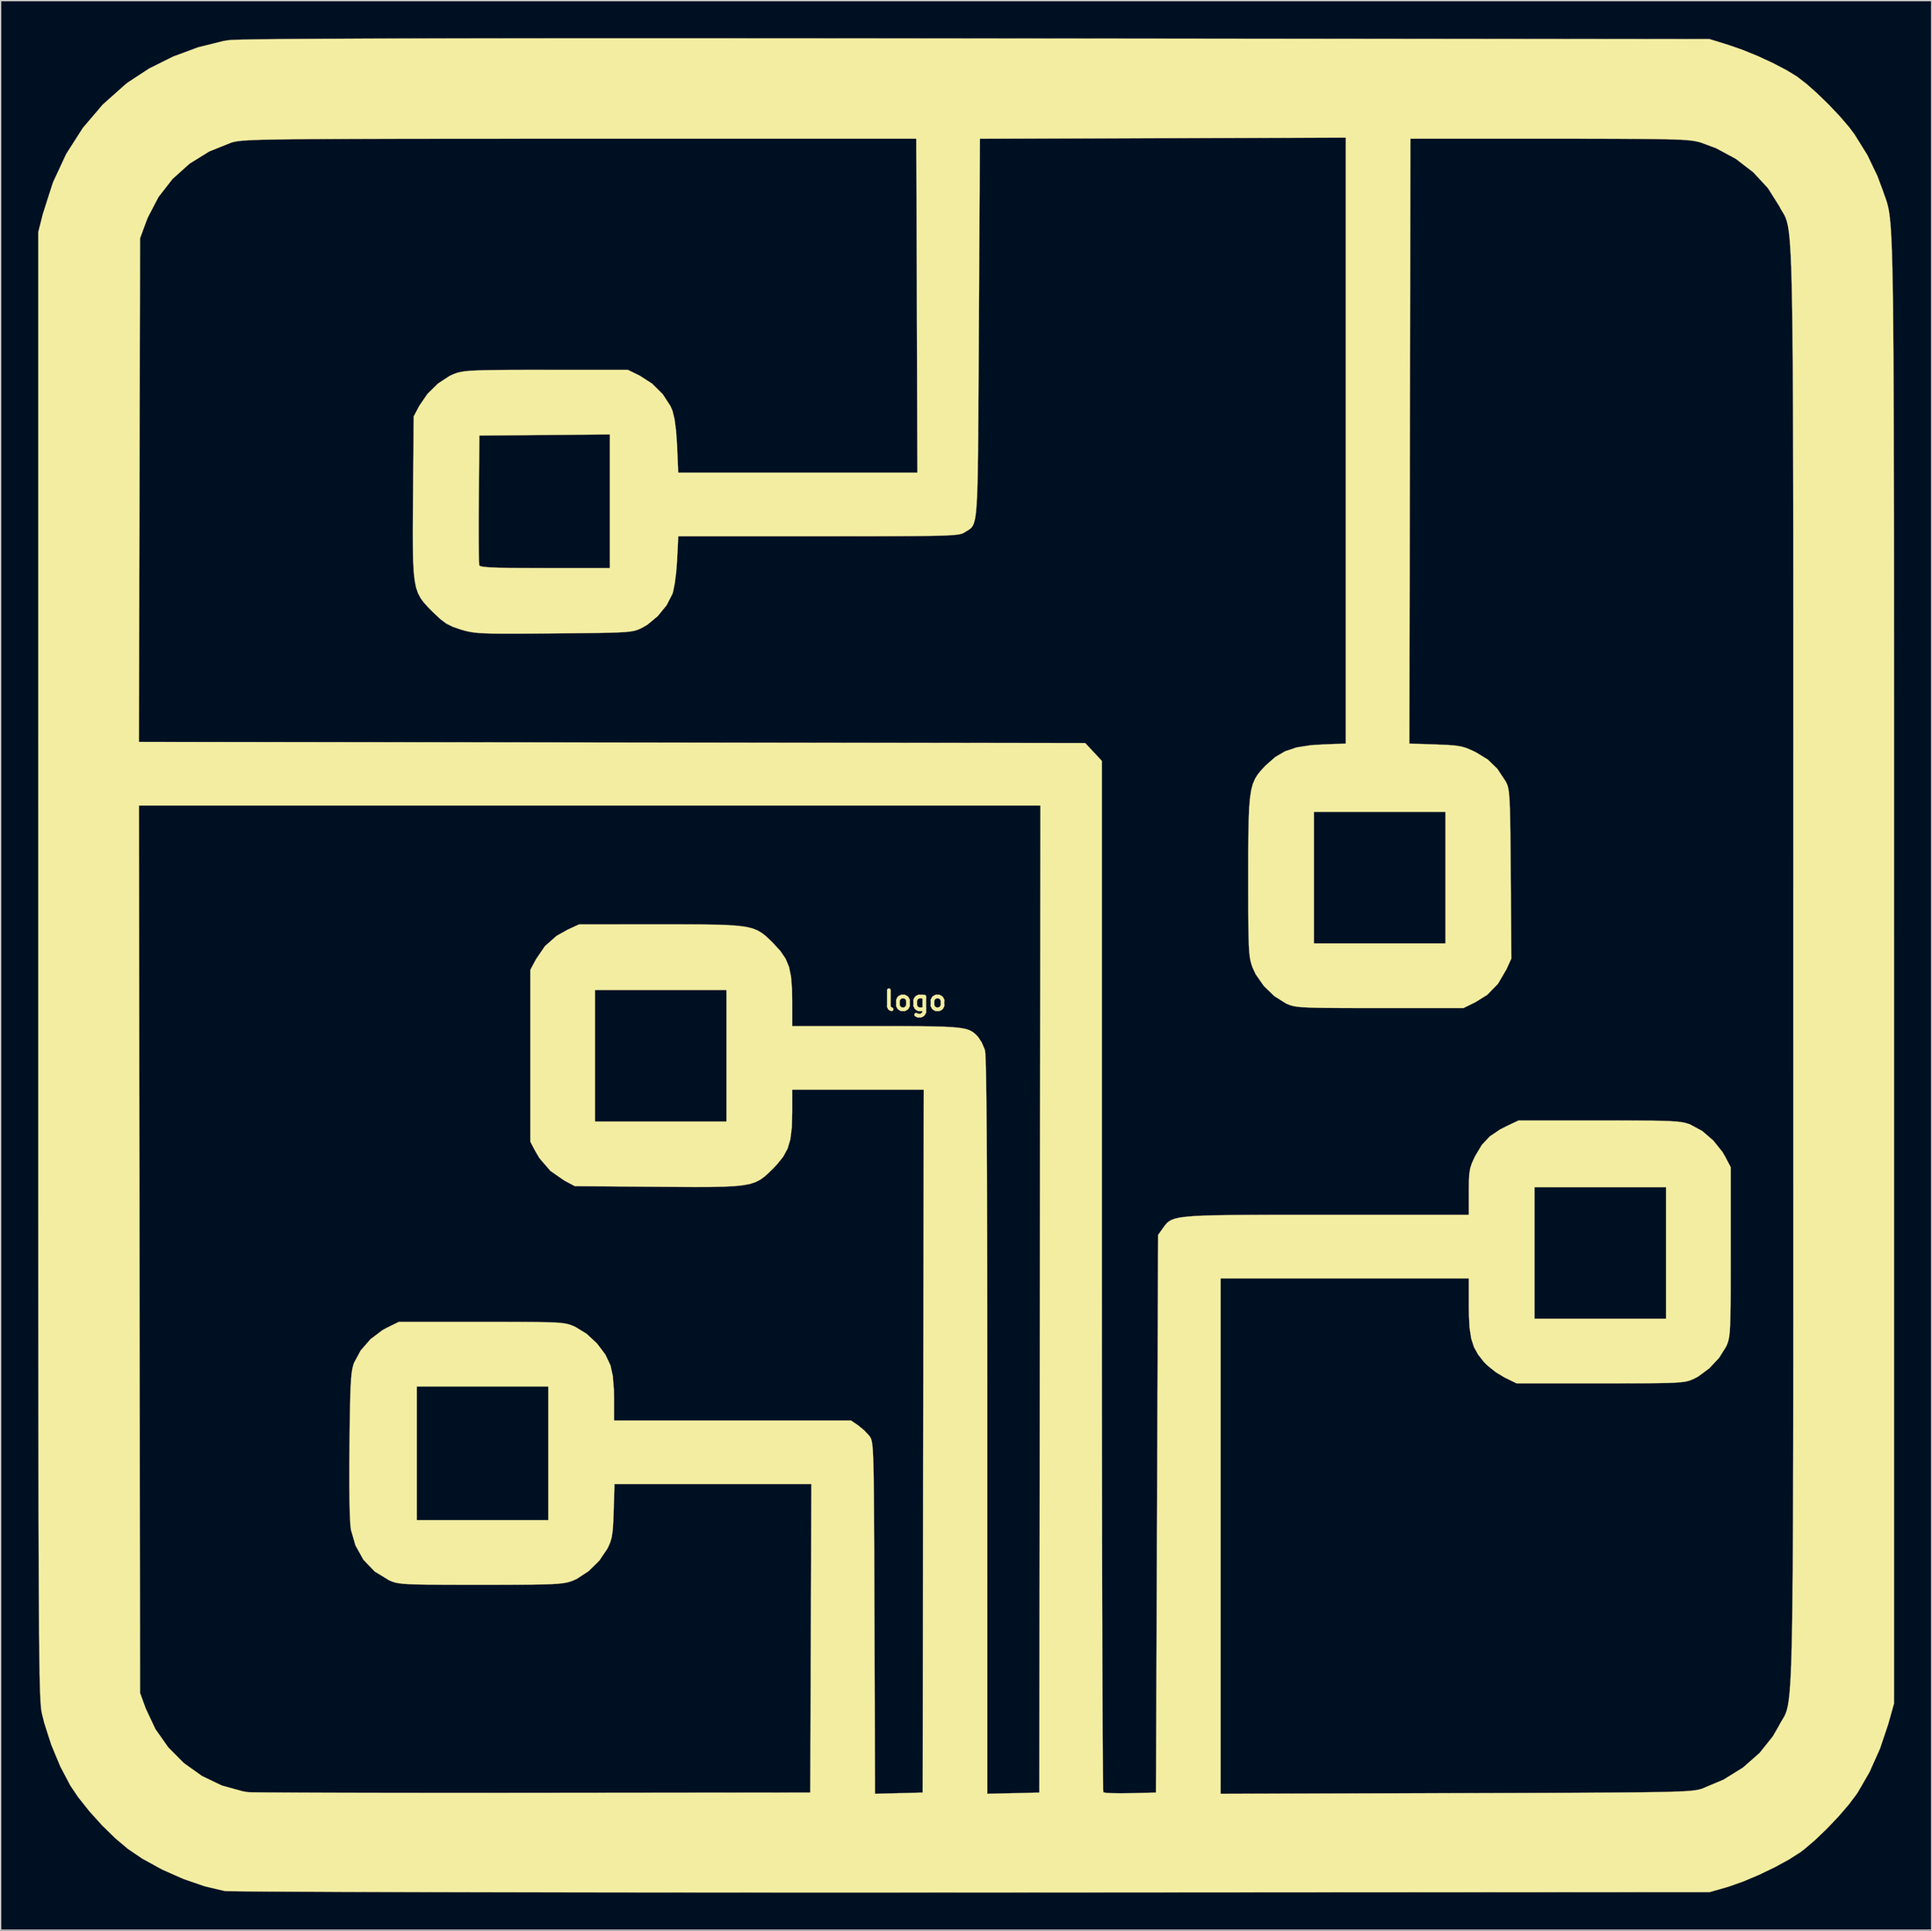
<source format=kicad_pcb>
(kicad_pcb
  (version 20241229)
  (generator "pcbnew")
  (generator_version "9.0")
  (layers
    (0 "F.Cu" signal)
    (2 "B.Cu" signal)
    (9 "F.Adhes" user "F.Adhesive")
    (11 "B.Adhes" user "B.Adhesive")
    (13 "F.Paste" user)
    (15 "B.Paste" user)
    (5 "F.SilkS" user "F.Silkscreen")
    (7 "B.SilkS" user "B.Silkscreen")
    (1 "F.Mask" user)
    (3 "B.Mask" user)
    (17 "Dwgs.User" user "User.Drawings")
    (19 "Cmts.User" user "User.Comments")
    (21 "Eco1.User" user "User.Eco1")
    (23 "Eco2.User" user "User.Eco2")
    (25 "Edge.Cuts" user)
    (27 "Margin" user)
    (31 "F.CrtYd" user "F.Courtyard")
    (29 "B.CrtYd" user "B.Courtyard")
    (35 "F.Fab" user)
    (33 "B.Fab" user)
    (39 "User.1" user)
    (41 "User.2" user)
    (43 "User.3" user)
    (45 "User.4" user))
  (footprint "logo"
    (layer "F.Cu")
    (at 70.024 76.863)
    (property "Reference" "logo" (at 0 0 0) (layer "F.SilkS") (effects (font (size 1.524 1.524) (thickness 0.3))))
    (attr through_hole)
    (fp_poly (pts (xy -17.943 -76.858) (xy -13.405 -76.856) (xy -8.555 -76.854) (xy -3.384 -76.851) (xy 2.113 -76.846) (xy 4.911 -76.844) (xy 63.415 -76.793) (xy 64.939 -76.322) (xy 66.059 -75.932) (xy 67.269 -75.438) (xy 68.464 -74.886) (xy 69.542 -74.325) (xy 70.398 -73.803) (xy 70.404 -73.798) (xy 71.157 -73.217) (xy 72.029 -72.443) (xy 72.938 -71.558) (xy 73.804 -70.643) (xy 74.547 -69.779) (xy 74.98 -69.204) (xy 76.02 -67.532) (xy 76.827 -65.847) (xy 77.268 -64.658) (xy 77.347 -64.429) (xy 77.421 -64.224) (xy 77.49 -64.031) (xy 77.555 -63.839) (xy 77.615 -63.638) (xy 77.671 -63.417) (xy 77.723 -63.164) (xy 77.772 -62.87) (xy 77.816 -62.523) (xy 77.857 -62.113) (xy 77.894 -61.629) (xy 77.928 -61.059) (xy 77.959 -60.394) (xy 77.987 -59.622) (xy 78.012 -58.733) (xy 78.034 -57.715) (xy 78.054 -56.559) (xy 78.071 -55.252) (xy 78.086 -53.785) (xy 78.099 -52.147) (xy 78.11 -50.326) (xy 78.119 -48.313) (xy 78.127 -46.095) (xy 78.133 -43.663) (xy 78.138 -41.006) (xy 78.142 -38.112) (xy 78.144 -34.971) (xy 78.146 -31.573) (xy 78.147 -27.905) (xy 78.148 -23.959) (xy 78.148 -19.722) (xy 78.148 -15.184) (xy 78.148 -10.334) (xy 78.147 -5.162) (xy 78.147 -2.54) (xy 78.147 56.134) (xy 77.673 57.821) (xy 77.023 59.752) (xy 76.196 61.6) (xy 75.247 63.245) (xy 75.176 63.351) (xy 74.533 64.207) (xy 73.706 65.167) (xy 72.778 66.142) (xy 71.836 67.045) (xy 70.965 67.787) (xy 70.673 68.006) (xy 69.761 68.59) (xy 68.629 69.207) (xy 67.388 69.805) (xy 66.145 70.332) (xy 65.009 70.737) (xy 64.77 70.809) (xy 63.415 71.198) (xy 4.572 71.225) (xy 0.119 71.226) (xy -4.25 71.227) (xy -8.525 71.227) (xy -12.692 71.226) (xy -16.738 71.224) (xy -20.652 71.222) (xy -24.422 71.219) (xy -28.033 71.215) (xy -31.476 71.21) (xy -34.736 71.205) (xy -37.801 71.2) (xy -40.66 71.193) (xy -43.299 71.186) (xy -45.707 71.179) (xy -47.87 71.171) (xy -49.777 71.162) (xy -51.415 71.153) (xy -52.772 71.144) (xy -53.835 71.134) (xy -54.591 71.123) (xy -55.03 71.113) (xy -55.136 71.106) (xy -56.733 70.73) (xy -58.435 70.142) (xy -60.131 69.391) (xy -61.708 68.525) (xy -62.857 67.746) (xy -63.867 66.897) (xy -64.923 65.862) (xy -65.94 64.736) (xy -66.833 63.612) (xy -67.461 62.679) (xy -68.261 61.158) (xy -68.972 59.452) (xy -69.535 57.709) (xy -69.727 56.936) (xy -69.754 56.803) (xy -69.779 56.642) (xy -69.802 56.443) (xy -69.823 56.194) (xy -69.844 55.886) (xy -69.862 55.507) (xy -69.88 55.046) (xy -69.896 54.493) (xy -69.911 53.838) (xy -69.924 53.069) (xy -69.937 52.175) (xy -69.948 51.147) (xy -69.958 49.974) (xy -69.967 48.644) (xy -69.976 47.147) (xy -69.983 45.472) (xy -69.989 43.609) (xy -69.995 41.547) (xy -70 39.275) (xy -70.004 36.783) (xy -70.008 34.059) (xy -70.011 31.094) (xy -70.013 27.876) (xy -70.015 24.395) (xy -70.017 20.64) (xy -70.018 16.6) (xy -70.019 12.265) (xy -70.019 7.623) (xy -70.019 2.665) (xy -70.019 -2.62) (xy -70.019 -15.579) (xy -61.98 -15.579) (xy -61.936 19.854) (xy -61.891 55.287) (xy -61.435 56.537) (xy -60.667 58.172) (xy -59.638 59.635) (xy -58.385 60.895) (xy -56.945 61.921) (xy -55.357 62.683) (xy -53.657 63.15) (xy -53.255 63.213) (xy -53.026 63.221) (xy -52.479 63.229) (xy -51.634 63.236) (xy -50.511 63.242) (xy -49.131 63.248) (xy -47.515 63.253) (xy -45.683 63.257) (xy -43.655 63.26) (xy -41.451 63.263) (xy -39.093 63.265) (xy -36.6 63.265) (xy -33.993 63.265) (xy -31.292 63.264) (xy -30.565 63.263) (xy -8.382 63.246) (xy -8.339 50.927) (xy -8.295 38.608) (xy -24.011 38.608) (xy -24.077 40.767) (xy -24.111 41.695) (xy -24.159 42.366) (xy -24.233 42.859) (xy -24.347 43.257) (xy -24.515 43.639) (xy -24.586 43.779) (xy -25.228 44.726) (xy -26.069 45.555) (xy -27.01 46.174) (xy -27.357 46.329) (xy -27.593 46.411) (xy -27.853 46.479) (xy -28.172 46.532) (xy -28.586 46.573) (xy -29.132 46.604) (xy -29.844 46.625) (xy -30.759 46.639) (xy -31.912 46.647) (xy -33.339 46.651) (xy -34.713 46.651) (xy -36.375 46.651) (xy -37.733 46.648) (xy -38.823 46.64) (xy -39.682 46.627) (xy -40.343 46.606) (xy -40.843 46.576) (xy -41.217 46.534) (xy -41.5 46.48) (xy -41.729 46.41) (xy -41.938 46.325) (xy -42.015 46.289) (xy -43.16 45.587) (xy -44.055 44.657) (xy -44.695 43.506) (xy -45.057 42.251) (xy -45.108 41.774) (xy -45.147 40.983) (xy -45.173 39.904) (xy -45.186 38.561) (xy -45.184 36.979) (xy -45.172 35.5) (xy -45.153 33.908) (xy -45.132 32.616) (xy -45.108 31.587) (xy -45.079 30.819) (xy -39.793 30.819) (xy -39.793 41.487) (xy -29.295 41.487) (xy -29.295 30.819) (xy -39.793 30.819) (xy -45.079 30.819) (xy -45.078 30.783) (xy -45.04 30.167) (xy -44.992 29.701) (xy -44.932 29.346) (xy -44.859 29.066) (xy -44.809 28.923) (xy -44.276 27.935) (xy -43.491 27.034) (xy -42.538 26.313) (xy -42.2 26.129) (xy -41.233 25.654) (xy -34.629 25.654) (xy -32.96 25.654) (xy -31.595 25.657) (xy -30.497 25.663) (xy -29.632 25.675) (xy -28.962 25.694) (xy -28.454 25.723) (xy -28.071 25.764) (xy -27.778 25.818) (xy -27.539 25.888) (xy -27.319 25.974) (xy -27.132 26.057) (xy -26.241 26.604) (xy -25.415 27.369) (xy -24.745 28.254) (xy -24.332 29.122) (xy -24.146 29.978) (xy -24.056 31.112) (xy -24.045 31.769) (xy -24.045 33.528) (xy -5.13 33.528) (xy -4.57 33.909) (xy -4.095 34.296) (xy -3.686 34.729) (xy -3.656 34.768) (xy -3.593 34.858) (xy -3.538 34.961) (xy -3.49 35.099) (xy -3.448 35.295) (xy -3.413 35.57) (xy -3.384 35.947) (xy -3.359 36.448) (xy -3.338 37.096) (xy -3.321 37.911) (xy -3.307 38.918) (xy -3.296 40.137) (xy -3.286 41.591) (xy -3.277 43.303) (xy -3.27 45.294) (xy -3.262 47.587) (xy -3.256 49.294) (xy -3.21 63.342) (xy -1.309 63.294) (xy 0.593 63.246) (xy 0.635 35.179) (xy 0.678 7.112) (xy -9.821 7.112) (xy -9.821 8.945) (xy -9.853 10.13) (xy -9.967 11.061) (xy -10.189 11.815) (xy -10.547 12.474) (xy -11.067 13.115) (xy -11.334 13.393) (xy -11.699 13.753) (xy -12.03 14.051) (xy -12.363 14.294) (xy -12.732 14.486) (xy -13.172 14.632) (xy -13.717 14.74) (xy -14.403 14.813) (xy -15.264 14.858) (xy -16.334 14.88) (xy -17.648 14.884) (xy -19.241 14.876) (xy -20.598 14.867) (xy -27.178 14.817) (xy -28.025 14.366) (xy -29.129 13.598) (xy -30 12.587) (xy -30.335 12.023) (xy -30.734 11.261) (xy -30.734 -0.847) (xy -25.569 -0.847) (xy -25.569 9.652) (xy -15.071 9.652) (xy -15.071 -0.847) (xy -25.569 -0.847) (xy -30.734 -0.847) (xy -30.734 -2.455) (xy -30.283 -3.302) (xy -29.563 -4.359) (xy -28.638 -5.174) (xy -27.771 -5.661) (xy -26.839 -6.093) (xy -20.392 -6.094) (xy -18.598 -6.094) (xy -17.107 -6.088) (xy -15.885 -6.07) (xy -14.895 -6.034) (xy -14.104 -5.975) (xy -13.476 -5.887) (xy -12.976 -5.763) (xy -12.568 -5.599) (xy -12.218 -5.388) (xy -11.891 -5.124) (xy -11.55 -4.801) (xy -11.333 -4.585) (xy -10.761 -3.959) (xy -10.35 -3.353) (xy -10.075 -2.692) (xy -9.912 -1.901) (xy -9.836 -0.905) (xy -9.821 0.03) (xy -9.821 2.032) (xy -3.127 2.032) (xy -1.353 2.033) (xy 0.115 2.039) (xy 1.31 2.053) (xy 2.265 2.078) (xy 3.013 2.119) (xy 3.588 2.178) (xy 4.021 2.259) (xy 4.346 2.366) (xy 4.595 2.502) (xy 4.803 2.671) (xy 5 2.876) (xy 5.021 2.899) (xy 5.308 3.334) (xy 5.543 3.884) (xy 5.571 3.979) (xy 5.597 4.201) (xy 5.621 4.671) (xy 5.642 5.397) (xy 5.662 6.385) (xy 5.68 7.643) (xy 5.695 9.176) (xy 5.709 10.992) (xy 5.721 13.096) (xy 5.731 15.496) (xy 5.74 18.199) (xy 5.746 21.211) (xy 5.751 24.538) (xy 5.755 28.188) (xy 5.756 32.167) (xy 5.756 33.999) (xy 5.757 63.341) (xy 7.832 63.294) (xy 9.906 63.246) (xy 9.949 23.834) (xy 9.991 -15.579) (xy -61.98 -15.579) (xy -70.019 -15.579) (xy -70.019 -20.661) (xy -61.983 -20.661) (xy -24.206 -20.617) (xy 13.571 -20.574) (xy 14.236 -19.861) (xy 14.901 -19.148) (xy 14.901 21.979) (xy 14.902 25.688) (xy 14.903 29.308) (xy 14.906 32.825) (xy 14.909 36.223) (xy 14.913 39.489) (xy 14.917 42.607) (xy 14.923 45.564) (xy 14.929 48.344) (xy 14.936 50.932) (xy 14.943 53.315) (xy 14.951 55.478) (xy 14.959 57.406) (xy 14.968 59.084) (xy 14.977 60.498) (xy 14.987 61.633) (xy 14.997 62.475) (xy 15.007 63.009) (xy 15.018 63.22) (xy 15.019 63.223) (xy 15.225 63.265) (xy 15.699 63.292) (xy 16.371 63.302) (xy 17.17 63.293) (xy 17.178 63.293) (xy 19.219 63.246) (xy 19.304 40.979) (xy 19.389 18.711) (xy 19.767 18.18) (xy 19.914 17.976) (xy 20.058 17.799) (xy 20.223 17.648) (xy 20.433 17.521) (xy 20.714 17.415) (xy 21.089 17.328) (xy 21.583 17.26) (xy 22.22 17.207) (xy 23.024 17.167) (xy 24.019 17.139) (xy 25.23 17.121) (xy 26.682 17.11) (xy 28.398 17.104) (xy 30.402 17.103) (xy 32.72 17.103) (xy 32.854 17.103) (xy 44.196 17.103) (xy 44.196 15.267) (xy 44.199 14.901) (xy 49.445 14.901) (xy 49.445 25.4) (xy 59.944 25.4) (xy 59.944 14.901) (xy 49.445 14.901) (xy 44.199 14.901) (xy 44.203 14.429) (xy 44.236 13.831) (xy 44.312 13.374) (xy 44.45 12.96) (xy 44.667 12.489) (xy 44.714 12.395) (xy 45.236 11.522) (xy 45.861 10.85) (xy 46.681 10.293) (xy 47.244 10.006) (xy 48.175 9.567) (xy 54.61 9.567) (xy 56.273 9.568) (xy 57.633 9.573) (xy 58.726 9.582) (xy 59.589 9.597) (xy 60.258 9.621) (xy 60.768 9.654) (xy 61.156 9.699) (xy 61.457 9.756) (xy 61.709 9.828) (xy 61.881 9.89) (xy 62.832 10.408) (xy 63.722 11.171) (xy 64.453 12.088) (xy 64.658 12.439) (xy 65.109 13.293) (xy 65.109 20.066) (xy 65.108 21.762) (xy 65.105 23.153) (xy 65.099 24.276) (xy 65.086 25.163) (xy 65.067 25.851) (xy 65.038 26.373) (xy 64.999 26.764) (xy 64.948 27.059) (xy 64.883 27.293) (xy 64.802 27.5) (xy 64.745 27.627) (xy 64.183 28.526) (xy 63.401 29.362) (xy 62.512 30.021) (xy 62.171 30.201) (xy 61.962 30.292) (xy 61.747 30.367) (xy 61.492 30.427) (xy 61.161 30.473) (xy 60.719 30.508) (xy 60.132 30.532) (xy 59.364 30.548) (xy 58.381 30.558) (xy 57.148 30.563) (xy 55.629 30.565) (xy 54.695 30.565) (xy 48.006 30.565) (xy 47.038 30.089) (xy 46.354 29.675) (xy 45.692 29.146) (xy 45.4 28.852) (xy 44.941 28.268) (xy 44.611 27.671) (xy 44.39 26.99) (xy 44.261 26.156) (xy 44.204 25.097) (xy 44.196 24.354) (xy 44.196 22.183) (xy 24.384 22.183) (xy 24.384 63.341) (xy 43.138 63.291) (xy 46.069 63.284) (xy 48.681 63.276) (xy 50.994 63.268) (xy 53.026 63.259) (xy 54.797 63.25) (xy 56.328 63.239) (xy 57.636 63.227) (xy 58.742 63.213) (xy 59.665 63.196) (xy 60.425 63.177) (xy 61.041 63.155) (xy 61.533 63.129) (xy 61.919 63.1) (xy 62.22 63.066) (xy 62.455 63.028) (xy 62.644 62.985) (xy 62.806 62.937) (xy 62.823 62.932) (xy 64.55 62.203) (xy 66.092 61.243) (xy 67.412 60.082) (xy 68.475 58.749) (xy 68.961 57.905) (xy 69.064 57.709) (xy 69.161 57.542) (xy 69.252 57.392) (xy 69.337 57.249) (xy 69.417 57.102) (xy 69.49 56.94) (xy 69.558 56.752) (xy 69.621 56.528) (xy 69.679 56.257) (xy 69.732 55.927) (xy 69.781 55.529) (xy 69.825 55.051) (xy 69.865 54.483) (xy 69.902 53.814) (xy 69.934 53.032) (xy 69.963 52.128) (xy 69.988 51.091) (xy 70.011 49.909) (xy 70.03 48.572) (xy 70.046 47.069) (xy 70.061 45.389) (xy 70.072 43.522) (xy 70.082 41.456) (xy 70.089 39.182) (xy 70.095 36.688) (xy 70.1 33.963) (xy 70.103 30.996) (xy 70.105 27.778) (xy 70.106 24.296) (xy 70.106 20.541) (xy 70.106 16.501) (xy 70.105 12.166) (xy 70.105 7.524) (xy 70.104 2.566) (xy 70.104 -2.72) (xy 70.104 -2.794) (xy 70.104 -8.084) (xy 70.105 -13.047) (xy 70.105 -17.692) (xy 70.106 -22.032) (xy 70.106 -26.075) (xy 70.106 -29.834) (xy 70.105 -33.319) (xy 70.103 -36.541) (xy 70.1 -39.51) (xy 70.095 -42.238) (xy 70.089 -44.735) (xy 70.082 -47.012) (xy 70.072 -49.08) (xy 70.061 -50.95) (xy 70.047 -52.631) (xy 70.03 -54.136) (xy 70.011 -55.475) (xy 69.989 -56.659) (xy 69.964 -57.698) (xy 69.935 -58.603) (xy 69.903 -59.385) (xy 69.867 -60.056) (xy 69.828 -60.625) (xy 69.784 -61.103) (xy 69.736 -61.501) (xy 69.683 -61.831) (xy 69.625 -62.102) (xy 69.563 -62.326) (xy 69.496 -62.514) (xy 69.423 -62.675) (xy 69.344 -62.821) (xy 69.26 -62.964) (xy 69.17 -63.112) (xy 69.074 -63.278) (xy 68.973 -63.47) (xy 68.081 -64.885) (xy 66.915 -66.148) (xy 65.52 -67.224) (xy 63.94 -68.076) (xy 62.738 -68.522) (xy 62.516 -68.585) (xy 62.27 -68.638) (xy 61.973 -68.684) (xy 61.599 -68.722) (xy 61.123 -68.752) (xy 60.516 -68.777) (xy 59.753 -68.796) (xy 58.808 -68.811) (xy 57.654 -68.821) (xy 56.265 -68.828) (xy 54.614 -68.832) (xy 52.674 -68.834) (xy 50.631 -68.834) (xy 39.539 -68.834) (xy 39.496 -44.682) (xy 39.454 -20.53) (xy 41.546 -20.461) (xy 42.449 -20.425) (xy 43.103 -20.375) (xy 43.599 -20.296) (xy 44.028 -20.168) (xy 44.479 -19.975) (xy 44.754 -19.842) (xy 45.712 -19.259) (xy 46.473 -18.521) (xy 47.124 -17.541) (xy 47.178 -17.441) (xy 47.259 -17.272) (xy 47.326 -17.067) (xy 47.379 -16.795) (xy 47.422 -16.422) (xy 47.456 -15.912) (xy 47.483 -15.234) (xy 47.503 -14.352) (xy 47.52 -13.234) (xy 47.534 -11.846) (xy 47.547 -10.153) (xy 47.548 -10.107) (xy 47.597 -3.364) (xy 47.192 -2.479) (xy 46.524 -1.34) (xy 45.672 -0.465) (xy 44.735 0.12) (xy 43.773 0.593) (xy 37.084 0.593) (xy 35.401 0.592) (xy 34.021 0.589) (xy 32.91 0.583) (xy 32.032 0.57) (xy 31.354 0.55) (xy 30.84 0.521) (xy 30.454 0.482) (xy 30.162 0.429) (xy 29.929 0.363) (xy 29.721 0.28) (xy 29.596 0.223) (xy 28.67 -0.359) (xy 27.831 -1.172) (xy 27.178 -2.109) (xy 26.934 -2.636) (xy 26.844 -2.893) (xy 26.771 -3.159) (xy 26.713 -3.469) (xy 26.668 -3.862) (xy 26.635 -4.373) (xy 26.613 -5.04) (xy 26.598 -5.901) (xy 26.59 -6.991) (xy 26.586 -8.347) (xy 26.585 -9.906) (xy 26.587 -11.695) (xy 26.597 -13.181) (xy 26.619 -14.398) (xy 26.647 -15.071) (xy 31.835 -15.071) (xy 31.835 -4.572) (xy 42.333 -4.572) (xy 42.333 -15.071) (xy 31.835 -15.071) (xy 26.647 -15.071) (xy 26.66 -15.384) (xy 26.725 -16.172) (xy 26.82 -16.798) (xy 26.95 -17.298) (xy 27.122 -17.706) (xy 27.339 -18.059) (xy 27.609 -18.391) (xy 27.936 -18.739) (xy 27.982 -18.786) (xy 28.73 -19.446) (xy 29.528 -19.916) (xy 30.452 -20.225) (xy 31.578 -20.401) (xy 32.47 -20.458) (xy 34.375 -20.532) (xy 34.375 -68.921) (xy 19.77 -68.877) (xy 5.165 -68.834) (xy 5.08 -53.679) (xy 5.066 -51.028) (xy 5.053 -48.695) (xy 5.041 -46.658) (xy 5.028 -44.897) (xy 5.012 -43.391) (xy 4.992 -42.117) (xy 4.967 -41.056) (xy 4.935 -40.186) (xy 4.894 -39.487) (xy 4.844 -38.936) (xy 4.782 -38.514) (xy 4.707 -38.198) (xy 4.619 -37.969) (xy 4.514 -37.804) (xy 4.392 -37.684) (xy 4.251 -37.586) (xy 4.091 -37.49) (xy 3.946 -37.399) (xy 3.838 -37.337) (xy 3.699 -37.284) (xy 3.504 -37.238) (xy 3.229 -37.201) (xy 2.848 -37.17) (xy 2.336 -37.145) (xy 1.669 -37.125) (xy 0.821 -37.111) (xy -0.234 -37.1) (xy -1.519 -37.093) (xy -3.06 -37.088) (xy -4.881 -37.086) (xy -7.009 -37.085) (xy -7.723 -37.085) (xy -18.918 -37.084) (xy -19.012 -35.179) (xy -19.083 -34.224) (xy -19.192 -33.359) (xy -19.325 -32.687) (xy -19.387 -32.479) (xy -19.856 -31.567) (xy -20.559 -30.707) (xy -21.396 -30.013) (xy -21.798 -29.781) (xy -22.015 -29.677) (xy -22.227 -29.592) (xy -22.473 -29.524) (xy -22.787 -29.472) (xy -23.207 -29.431) (xy -23.769 -29.401) (xy -24.51 -29.378) (xy -25.465 -29.361) (xy -26.671 -29.347) (xy -28.165 -29.333) (xy -28.851 -29.327) (xy -30.48 -29.315) (xy -31.808 -29.307) (xy -32.875 -29.307) (xy -33.72 -29.315) (xy -34.381 -29.334) (xy -34.897 -29.364) (xy -35.306 -29.408) (xy -35.649 -29.467) (xy -35.962 -29.542) (xy -36.286 -29.636) (xy -36.289 -29.638) (xy -36.937 -29.859) (xy -37.442 -30.113) (xy -37.923 -30.473) (xy -38.495 -31.013) (xy -38.54 -31.058) (xy -38.922 -31.445) (xy -39.238 -31.796) (xy -39.495 -32.146) (xy -39.698 -32.531) (xy -39.853 -32.985) (xy -39.965 -33.544) (xy -40.042 -34.243) (xy -40.089 -35.118) (xy -40.111 -36.203) (xy -40.115 -37.534) (xy -40.115 -37.585) (xy -34.854 -37.585) (xy -34.852 -36.554) (xy -34.843 -35.716) (xy -34.83 -35.115) (xy -34.813 -34.795) (xy -34.806 -34.758) (xy -34.707 -34.694) (xy -34.444 -34.644) (xy -33.989 -34.605) (xy -33.313 -34.577) (xy -32.386 -34.558) (xy -31.181 -34.548) (xy -29.668 -34.544) (xy -29.554 -34.544) (xy -24.384 -34.544) (xy -24.384 -45.217) (xy -29.591 -45.172) (xy -34.798 -45.127) (xy -34.843 -40.049) (xy -34.852 -38.764) (xy -34.854 -37.585) (xy -40.115 -37.585) (xy -40.107 -39.146) (xy -40.097 -40.329) (xy -40.047 -46.651) (xy -39.597 -47.505) (xy -38.949 -48.454) (xy -38.105 -49.283) (xy -37.165 -49.9) (xy -36.82 -50.054) (xy -36.584 -50.137) (xy -36.325 -50.204) (xy -36.006 -50.258) (xy -35.591 -50.299) (xy -35.046 -50.329) (xy -34.333 -50.351) (xy -33.419 -50.365) (xy -32.265 -50.373) (xy -30.838 -50.376) (xy -29.464 -50.377) (xy -22.945 -50.377) (xy -21.977 -49.901) (xy -20.999 -49.269) (xy -20.159 -48.434) (xy -19.542 -47.486) (xy -19.38 -47.108) (xy -19.215 -46.44) (xy -19.09 -45.48) (xy -19.01 -44.271) (xy -19.009 -44.238) (xy -18.924 -42.164) (xy 0.171 -42.164) (xy 0.085 -68.834) (xy -26.755 -68.834) (xy -30.289 -68.834) (xy -33.5 -68.833) (xy -36.405 -68.832) (xy -39.02 -68.83) (xy -41.36 -68.828) (xy -43.442 -68.824) (xy -45.282 -68.819) (xy -46.896 -68.812) (xy -48.301 -68.804) (xy -49.511 -68.794) (xy -50.544 -68.782) (xy -51.416 -68.767) (xy -52.142 -68.751) (xy -52.738 -68.732) (xy -53.222 -68.71) (xy -53.608 -68.685) (xy -53.914 -68.657) (xy -54.154 -68.626) (xy -54.346 -68.591) (xy -54.505 -68.553) (xy -54.61 -68.522) (xy -56.368 -67.816) (xy -57.938 -66.841) (xy -59.295 -65.623) (xy -60.414 -64.185) (xy -61.27 -62.549) (xy -61.435 -62.125) (xy -61.891 -60.875) (xy -61.937 -40.768) (xy -61.983 -20.661) (xy -70.019 -20.661) (xy -70.019 -61.383) (xy -69.643 -62.858) (xy -68.85 -65.337) (xy -67.788 -67.619) (xy -66.462 -69.694) (xy -64.878 -71.555) (xy -63.042 -73.193) (xy -62.857 -73.335) (xy -61.167 -74.442) (xy -59.264 -75.391) (xy -57.255 -76.137) (xy -55.246 -76.635) (xy -54.864 -76.699) (xy -54.652 -76.718) (xy -54.264 -76.736) (xy -53.692 -76.752) (xy -52.93 -76.767) (xy -51.968 -76.781) (xy -50.801 -76.794) (xy -49.419 -76.805) (xy -47.816 -76.815) (xy -45.984 -76.824) (xy -43.916 -76.832) (xy -41.603 -76.839) (xy -39.039 -76.845) (xy -36.215 -76.85) (xy -33.125 -76.853) (xy -29.76 -76.856) (xy -26.113 -76.858) (xy -22.177 -76.858) (xy -17.943 -76.858)) (stroke (width 0.01) (type solid)) (fill yes) (layer "F.SilkS")))
  (gr_rect
    (start -3 -3)
    (end 151.177 151.095)
    (stroke (width 0.1) (type default))
    (fill no)
    (layer "Edge.Cuts")))
</source>
